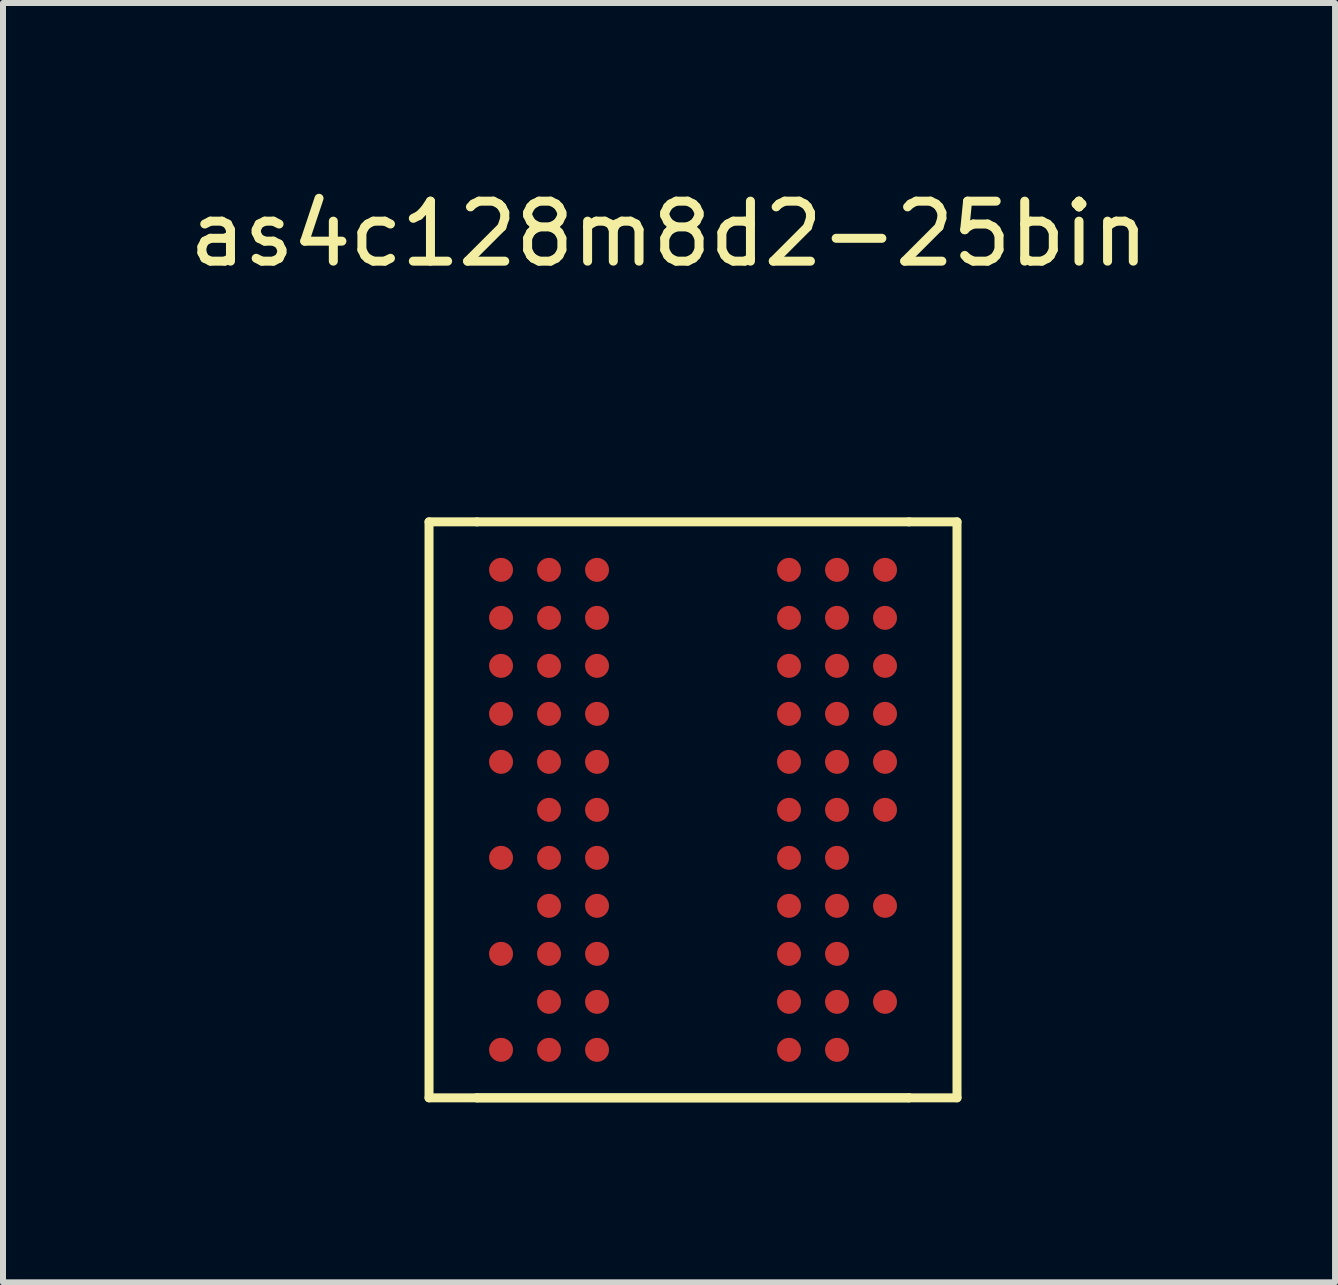
<source format=kicad_pcb>
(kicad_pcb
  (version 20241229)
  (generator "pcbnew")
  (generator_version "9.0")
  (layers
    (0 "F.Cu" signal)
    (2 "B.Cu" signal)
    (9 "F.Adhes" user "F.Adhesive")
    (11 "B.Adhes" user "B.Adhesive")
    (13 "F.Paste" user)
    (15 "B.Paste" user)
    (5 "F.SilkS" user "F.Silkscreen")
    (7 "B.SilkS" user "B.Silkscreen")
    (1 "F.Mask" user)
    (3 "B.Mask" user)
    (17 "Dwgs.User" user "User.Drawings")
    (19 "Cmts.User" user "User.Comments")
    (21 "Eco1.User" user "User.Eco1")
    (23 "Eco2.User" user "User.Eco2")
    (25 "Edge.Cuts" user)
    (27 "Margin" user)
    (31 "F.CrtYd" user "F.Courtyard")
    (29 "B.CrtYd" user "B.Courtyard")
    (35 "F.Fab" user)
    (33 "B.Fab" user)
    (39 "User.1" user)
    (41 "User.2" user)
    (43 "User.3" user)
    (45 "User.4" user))
  (footprint "as4c128m8d2-25bin"
    (layer "F.Cu")
    (at 8.101 10.448)
    (property "Reference" "as4c128m8d2-25bin" (at 0 -9.6 0) (layer "F.SilkS") (effects (font (size 1 1) (thickness 0.15))))
    (attr through_hole)
    (fp_line (start -4 -4.8) (end -4 4.8) (stroke (width 0.15) (type solid)) (layer "F.SilkS"))
    (fp_line (start -4 4.8) (end -3.2 4.8) (stroke (width 0.15) (type solid)) (layer "F.SilkS"))
    (fp_line (start -3.2 -4.8) (end -4 -4.8) (stroke (width 0.15) (type solid)) (layer "F.SilkS"))
    (fp_line (start -3.2 4.8) (end 4 4.8) (stroke (width 0.15) (type solid)) (layer "F.SilkS"))
    (fp_line (start -3.2 4.8) (end 4 4.8) (stroke (width 0.15) (type solid)) (layer "F.SilkS"))
    (fp_line (start 4 -4.8) (end -3.2 -4.8) (stroke (width 0.15) (type solid)) (layer "F.SilkS"))
    (fp_line (start 4 4.8) (end 4.8 4.8) (stroke (width 0.15) (type solid)) (layer "F.SilkS"))
    (fp_line (start 4.8 -4.8) (end 4 -4.8) (stroke (width 0.15) (type solid)) (layer "F.SilkS"))
    (fp_line (start 4.8 4.8) (end 4.8 -4.8) (stroke (width 0.15) (type solid)) (layer "F.SilkS"))
    (pad "A1" smd circle (at -2.8 -4) (size 0.4 0.4) (layers "F.Cu" "F.Mask" "F.Paste"))
    (pad "A2" smd circle (at -2 -4) (size 0.4 0.4) (layers "F.Cu" "F.Mask" "F.Paste"))
    (pad "A3" smd circle (at -1.2 -4) (size 0.4 0.4) (layers "F.Cu" "F.Mask" "F.Paste"))
    (pad "A7" smd circle (at 2 -4) (size 0.4 0.4) (layers "F.Cu" "F.Mask" "F.Paste"))
    (pad "A8" smd circle (at 2.8 -4) (size 0.4 0.4) (layers "F.Cu" "F.Mask" "F.Paste"))
    (pad "A9" smd circle (at 3.6 -4) (size 0.4 0.4) (layers "F.Cu" "F.Mask" "F.Paste"))
    (pad "B1" smd circle (at -2.8 -3.2) (size 0.4 0.4) (layers "F.Cu" "F.Mask" "F.Paste"))
    (pad "B2" smd circle (at -2 -3.2) (size 0.4 0.4) (layers "F.Cu" "F.Mask" "F.Paste"))
    (pad "B3" smd circle (at -1.2 -3.2) (size 0.4 0.4) (layers "F.Cu" "F.Mask" "F.Paste"))
    (pad "B7" smd circle (at 2 -3.2) (size 0.4 0.4) (layers "F.Cu" "F.Mask" "F.Paste"))
    (pad "B8" smd circle (at 2.8 -3.2) (size 0.4 0.4) (layers "F.Cu" "F.Mask" "F.Paste"))
    (pad "B9" smd circle (at 3.6 -3.2) (size 0.4 0.4) (layers "F.Cu" "F.Mask" "F.Paste"))
    (pad "C1" smd circle (at -2.8 -2.4) (size 0.4 0.4) (layers "F.Cu" "F.Mask" "F.Paste"))
    (pad "C2" smd circle (at -2 -2.4) (size 0.4 0.4) (layers "F.Cu" "F.Mask" "F.Paste"))
    (pad "C3" smd circle (at -1.2 -2.4) (size 0.4 0.4) (layers "F.Cu" "F.Mask" "F.Paste"))
    (pad "C7" smd circle (at 2 -2.4) (size 0.4 0.4) (layers "F.Cu" "F.Mask" "F.Paste"))
    (pad "C8" smd circle (at 2.8 -2.4) (size 0.4 0.4) (layers "F.Cu" "F.Mask" "F.Paste"))
    (pad "C9" smd circle (at 3.6 -2.4) (size 0.4 0.4) (layers "F.Cu" "F.Mask" "F.Paste"))
    (pad "D1" smd circle (at -2.8 -1.6) (size 0.4 0.4) (layers "F.Cu" "F.Mask" "F.Paste"))
    (pad "D2" smd circle (at -2 -1.6) (size 0.4 0.4) (layers "F.Cu" "F.Mask" "F.Paste"))
    (pad "D3" smd circle (at -1.2 -1.6) (size 0.4 0.4) (layers "F.Cu" "F.Mask" "F.Paste"))
    (pad "D7" smd circle (at 2 -1.6) (size 0.4 0.4) (layers "F.Cu" "F.Mask" "F.Paste"))
    (pad "D8" smd circle (at 2.8 -1.6) (size 0.4 0.4) (layers "F.Cu" "F.Mask" "F.Paste"))
    (pad "D9" smd circle (at 3.6 -1.6) (size 0.4 0.4) (layers "F.Cu" "F.Mask" "F.Paste"))
    (pad "E1" smd circle (at -2.8 -0.8) (size 0.4 0.4) (layers "F.Cu" "F.Mask" "F.Paste"))
    (pad "E2" smd circle (at -2 -0.8) (size 0.4 0.4) (layers "F.Cu" "F.Mask" "F.Paste"))
    (pad "E3" smd circle (at -1.2 -0.8) (size 0.4 0.4) (layers "F.Cu" "F.Mask" "F.Paste"))
    (pad "E7" smd circle (at 2 -0.8) (size 0.4 0.4) (layers "F.Cu" "F.Mask" "F.Paste"))
    (pad "E8" smd circle (at 2.8 -0.8) (size 0.4 0.4) (layers "F.Cu" "F.Mask" "F.Paste"))
    (pad "E9" smd circle (at 3.6 -0.8) (size 0.4 0.4) (layers "F.Cu" "F.Mask" "F.Paste"))
    (pad "F2" smd circle (at -2 0) (size 0.4 0.4) (layers "F.Cu" "F.Mask" "F.Paste"))
    (pad "F3" smd circle (at -1.2 0) (size 0.4 0.4) (layers "F.Cu" "F.Mask" "F.Paste"))
    (pad "F7" smd circle (at 2 0) (size 0.4 0.4) (layers "F.Cu" "F.Mask" "F.Paste"))
    (pad "F8" smd circle (at 2.8 0) (size 0.4 0.4) (layers "F.Cu" "F.Mask" "F.Paste"))
    (pad "F9" smd circle (at 3.6 0) (size 0.4 0.4) (layers "F.Cu" "F.Mask" "F.Paste"))
    (pad "G1" smd circle (at -2.8 0.8) (size 0.4 0.4) (layers "F.Cu" "F.Mask" "F.Paste"))
    (pad "G2" smd circle (at -2 0.8) (size 0.4 0.4) (layers "F.Cu" "F.Mask" "F.Paste"))
    (pad "G3" smd circle (at -1.2 0.8) (size 0.4 0.4) (layers "F.Cu" "F.Mask" "F.Paste"))
    (pad "G7" smd circle (at 2 0.8) (size 0.4 0.4) (layers "F.Cu" "F.Mask" "F.Paste"))
    (pad "G8" smd circle (at 2.8 0.8) (size 0.4 0.4) (layers "F.Cu" "F.Mask" "F.Paste"))
    (pad "H2" smd circle (at -2 1.6) (size 0.4 0.4) (layers "F.Cu" "F.Mask" "F.Paste"))
    (pad "H3" smd circle (at -1.2 1.6) (size 0.4 0.4) (layers "F.Cu" "F.Mask" "F.Paste"))
    (pad "H7" smd circle (at 2 1.6) (size 0.4 0.4) (layers "F.Cu" "F.Mask" "F.Paste"))
    (pad "H8" smd circle (at 2.8 1.6) (size 0.4 0.4) (layers "F.Cu" "F.Mask" "F.Paste"))
    (pad "H9" smd circle (at 3.6 1.6) (size 0.4 0.4) (layers "F.Cu" "F.Mask" "F.Paste"))
    (pad "J1" smd circle (at -2.8 2.4) (size 0.4 0.4) (layers "F.Cu" "F.Mask" "F.Paste"))
    (pad "J2" smd circle (at -2 2.4) (size 0.4 0.4) (layers "F.Cu" "F.Mask" "F.Paste"))
    (pad "J3" smd circle (at -1.2 2.4) (size 0.4 0.4) (layers "F.Cu" "F.Mask" "F.Paste"))
    (pad "J7" smd circle (at 2 2.4) (size 0.4 0.4) (layers "F.Cu" "F.Mask" "F.Paste"))
    (pad "J8" smd circle (at 2.8 2.4) (size 0.4 0.4) (layers "F.Cu" "F.Mask" "F.Paste"))
    (pad "K2" smd circle (at -2 3.2) (size 0.4 0.4) (layers "F.Cu" "F.Mask" "F.Paste"))
    (pad "K3" smd circle (at -1.2 3.2) (size 0.4 0.4) (layers "F.Cu" "F.Mask" "F.Paste"))
    (pad "K7" smd circle (at 2 3.2) (size 0.4 0.4) (layers "F.Cu" "F.Mask" "F.Paste"))
    (pad "K8" smd circle (at 2.8 3.2) (size 0.4 0.4) (layers "F.Cu" "F.Mask" "F.Paste"))
    (pad "K9" smd circle (at 3.6 3.2) (size 0.4 0.4) (layers "F.Cu" "F.Mask" "F.Paste"))
    (pad "L1" smd circle (at -2.8 4) (size 0.4 0.4) (layers "F.Cu" "F.Mask" "F.Paste"))
    (pad "L2" smd circle (at -2 4) (size 0.4 0.4) (layers "F.Cu" "F.Mask" "F.Paste"))
    (pad "L3" smd circle (at -1.2 4) (size 0.4 0.4) (layers "F.Cu" "F.Mask" "F.Paste"))
    (pad "L7" smd circle (at 2 4) (size 0.4 0.4) (layers "F.Cu" "F.Mask" "F.Paste"))
    (pad "L8" smd circle (at 2.8 4) (size 0.4 0.4) (layers "F.Cu" "F.Mask" "F.Paste")))
  (gr_rect
    (start -3 -3)
    (end 19.202 18.323)
    (stroke (width 0.1) (type default))
    (fill no)
    (layer "Edge.Cuts")))
</source>
